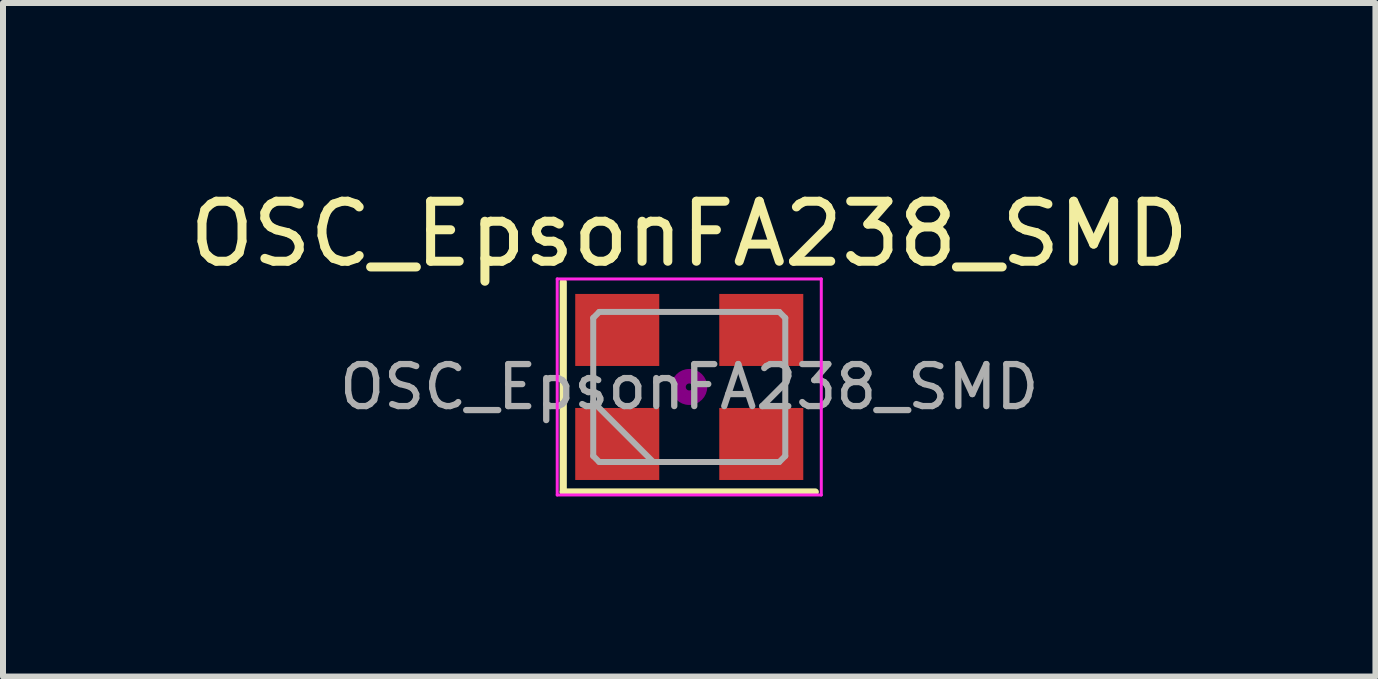
<source format=kicad_pcb>
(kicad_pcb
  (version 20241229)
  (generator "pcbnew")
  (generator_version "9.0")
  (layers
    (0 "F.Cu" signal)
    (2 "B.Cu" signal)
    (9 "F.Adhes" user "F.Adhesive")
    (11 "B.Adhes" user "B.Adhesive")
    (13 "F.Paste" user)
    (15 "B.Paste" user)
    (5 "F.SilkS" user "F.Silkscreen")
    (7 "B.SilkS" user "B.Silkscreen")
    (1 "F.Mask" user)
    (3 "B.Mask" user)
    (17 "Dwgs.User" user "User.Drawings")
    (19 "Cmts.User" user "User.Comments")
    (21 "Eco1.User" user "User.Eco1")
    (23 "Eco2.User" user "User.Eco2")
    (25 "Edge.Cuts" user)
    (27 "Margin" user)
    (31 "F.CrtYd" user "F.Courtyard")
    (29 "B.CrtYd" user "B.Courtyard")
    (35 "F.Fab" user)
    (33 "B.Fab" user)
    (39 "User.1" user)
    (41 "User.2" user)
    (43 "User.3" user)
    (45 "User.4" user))
  (footprint "OSC_EpsonFA238_SMD"
    (layer "F.Cu")
    (at 8.435 3.398)
    (property "Reference" "OSC_EpsonFA238_SMD" (at 0 -2.55 0) (layer "F.SilkS") (effects (font (size 1 1) (thickness 0.15))))
    (attr smd)
    (fp_line (start -2.1 -1.75) (end -2.1 1.75) (stroke (width 0.12) (type solid)) (layer "F.SilkS"))
    (fp_line (start -2.1 1.75) (end 2.1 1.75) (stroke (width 0.12) (type solid)) (layer "F.SilkS"))
    (fp_circle (center 0 0) (end 0.058 0) (stroke (width 0.117) (type solid)) (fill no) (layer "F.Adhes"))
    (fp_circle (center 0 0) (end 0.133 0) (stroke (width 0.083) (type solid)) (fill no) (layer "F.Adhes"))
    (fp_circle (center 0 0) (end 0.208 0) (stroke (width 0.083) (type solid)) (fill no) (layer "F.Adhes"))
    (fp_circle (center 0 0) (end 0.25 0) (stroke (width 0.1) (type solid)) (fill no) (layer "F.Adhes"))
    (fp_line (start -2.2 -1.8) (end -2.2 1.8) (stroke (width 0.05) (type solid)) (layer "F.CrtYd"))
    (fp_line (start -2.2 1.8) (end 2.2 1.8) (stroke (width 0.05) (type solid)) (layer "F.CrtYd"))
    (fp_line (start 2.2 -1.8) (end -2.2 -1.8) (stroke (width 0.05) (type solid)) (layer "F.CrtYd"))
    (fp_line (start 2.2 1.8) (end 2.2 -1.8) (stroke (width 0.05) (type solid)) (layer "F.CrtYd"))
    (fp_line (start -1.6 -1.15) (end -1.5 -1.25) (stroke (width 0.1) (type solid)) (layer "F.Fab"))
    (fp_line (start -1.6 0.25) (end -0.6 1.25) (stroke (width 0.1) (type solid)) (layer "F.Fab"))
    (fp_line (start -1.6 1.15) (end -1.6 -1.15) (stroke (width 0.1) (type solid)) (layer "F.Fab"))
    (fp_line (start -1.5 -1.25) (end 1.5 -1.25) (stroke (width 0.1) (type solid)) (layer "F.Fab"))
    (fp_line (start -1.5 1.25) (end -1.6 1.15) (stroke (width 0.1) (type solid)) (layer "F.Fab"))
    (fp_line (start 1.5 -1.25) (end 1.6 -1.15) (stroke (width 0.1) (type solid)) (layer "F.Fab"))
    (fp_line (start 1.5 1.25) (end -1.5 1.25) (stroke (width 0.1) (type solid)) (layer "F.Fab"))
    (fp_line (start 1.6 -1.15) (end 1.6 1.15) (stroke (width 0.1) (type solid)) (layer "F.Fab"))
    (fp_line (start 1.6 1.15) (end 1.5 1.25) (stroke (width 0.1) (type solid)) (layer "F.Fab"))
    (fp_text user "${REFERENCE}" (at 0 0 0) (layer "F.Fab") (effects (font (size 0.7 0.7) (thickness 0.105))))
    (pad "1" smd rect (at -1.2 0.95) (size 1.4 1.2) (layers "F.Cu" "F.Mask" "F.Paste"))
    (pad "2" smd rect (at 1.2 -0.95) (size 1.4 1.2) (layers "F.Cu" "F.Mask" "F.Paste"))
    (pad "3" smd rect (at -1.2 -0.95) (size 1.4 1.2) (layers "F.Cu" "F.Mask" "F.Paste"))
    (pad "3" smd rect (at 1.2 0.95) (size 1.4 1.2) (layers "F.Cu" "F.Mask" "F.Paste")))
  (gr_rect
    (start -3 -3)
    (end 19.869 8.223)
    (stroke (width 0.1) (type default))
    (fill no)
    (layer "Edge.Cuts")))
</source>
